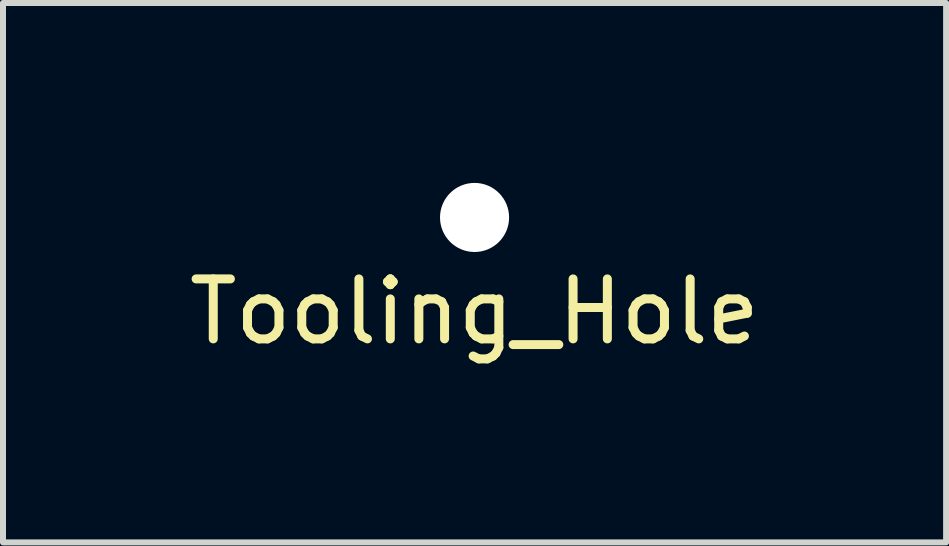
<source format=kicad_pcb>
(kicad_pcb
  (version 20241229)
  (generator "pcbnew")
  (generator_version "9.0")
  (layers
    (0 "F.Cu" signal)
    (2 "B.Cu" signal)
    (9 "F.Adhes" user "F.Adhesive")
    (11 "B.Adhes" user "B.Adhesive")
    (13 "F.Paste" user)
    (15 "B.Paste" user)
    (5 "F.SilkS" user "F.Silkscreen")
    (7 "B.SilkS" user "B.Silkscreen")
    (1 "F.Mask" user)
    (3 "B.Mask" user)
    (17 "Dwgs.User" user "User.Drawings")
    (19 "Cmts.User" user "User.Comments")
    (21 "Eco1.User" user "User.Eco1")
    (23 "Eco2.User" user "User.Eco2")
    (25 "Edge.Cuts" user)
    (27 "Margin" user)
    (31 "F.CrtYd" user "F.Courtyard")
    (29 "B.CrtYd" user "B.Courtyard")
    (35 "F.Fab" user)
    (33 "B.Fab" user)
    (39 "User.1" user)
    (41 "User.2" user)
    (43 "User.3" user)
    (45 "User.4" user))
  (footprint "Tooling_Hole"
    (layer "F.Cu")
    (at 4.863 0.576)
    (property "Reference" "Tooling_Hole" (at 0 1.57 0) (layer "F.SilkS") (effects (font (size 1 1) (thickness 0.15))))
    (attr through_hole)
    (pad "" np_thru_hole circle (at 0 0) (size 1.152 1.152) (drill 1.152) (layers "*.Cu" "*.Mask")))
  (gr_rect
    (start -3 -3)
    (end 12.726 5.994)
    (stroke (width 0.1) (type default))
    (fill no)
    (layer "Edge.Cuts")))
</source>
